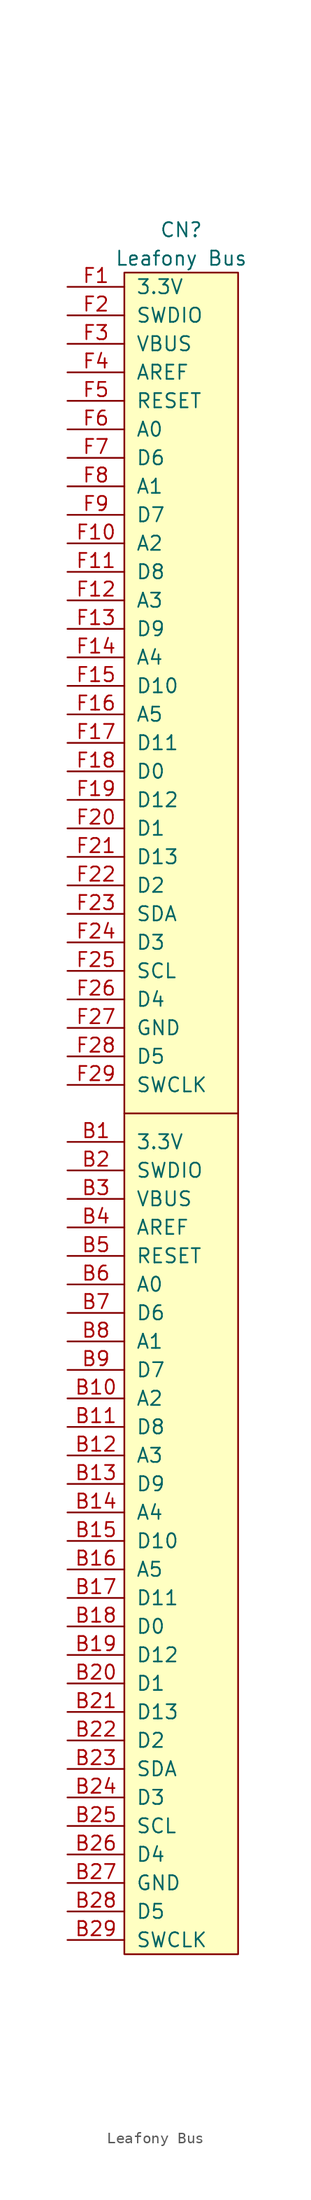
<source format=kicad_sym>
(kicad_symbol_lib
  (version 20220914)
  (generator kicad_symbol_editor)
  (symbol "Leafony Bus"
    (pin_names
      (offset 1.016))
    (property "Reference" "CN"
      (at 10.16 5.08 0)
      (effects (font (size 1.27 1.27))))
    (property "Value" "Leafony Bus"
      (at 10.16 2.54 0)
      (effects (font (size 1.27 1.27))))
    (symbol "Leafony Bus_0_1"
      (polyline (pts (xy 5.08 -73.66) (xy 15.24 -73.66)) (stroke (width 0) (type default)) (fill (type none)))
      (rectangle (start 5.08 1.27) (end 15.24 -148.59) (stroke (width 0) (type default)) (fill (type background))))
    (symbol "Leafony Bus_1_1"
      (pin passive line (at 0 -76.2 0) (length 5.08) (name "3.3V" (effects (font (size 1.27 1.27)))) (number "B1" (effects (font (size 1.27 1.27)))))
      (pin passive line (at 0 -99.06 0) (length 5.08) (name "A2" (effects (font (size 1.27 1.27)))) (number "B10" (effects (font (size 1.27 1.27)))))
      (pin passive line (at 0 -101.6 0) (length 5.08) (name "D8" (effects (font (size 1.27 1.27)))) (number "B11" (effects (font (size 1.27 1.27)))))
      (pin passive line (at 0 -104.14 0) (length 5.08) (name "A3" (effects (font (size 1.27 1.27)))) (number "B12" (effects (font (size 1.27 1.27)))))
      (pin passive line (at 0 -106.68 0) (length 5.08) (name "D9" (effects (font (size 1.27 1.27)))) (number "B13" (effects (font (size 1.27 1.27)))))
      (pin passive line (at 0 -109.22 0) (length 5.08) (name "A4" (effects (font (size 1.27 1.27)))) (number "B14" (effects (font (size 1.27 1.27)))))
      (pin passive line (at 0 -111.76 0) (length 5.08) (name "D10" (effects (font (size 1.27 1.27)))) (number "B15" (effects (font (size 1.27 1.27)))))
      (pin passive line (at 0 -114.3 0) (length 5.08) (name "A5" (effects (font (size 1.27 1.27)))) (number "B16" (effects (font (size 1.27 1.27)))))
      (pin passive line (at 0 -116.84 0) (length 5.08) (name "D11" (effects (font (size 1.27 1.27)))) (number "B17" (effects (font (size 1.27 1.27)))))
      (pin passive line (at 0 -119.38 0) (length 5.08) (name "D0" (effects (font (size 1.27 1.27)))) (number "B18" (effects (font (size 1.27 1.27)))))
      (pin passive line (at 0 -121.92 0) (length 5.08) (name "D12" (effects (font (size 1.27 1.27)))) (number "B19" (effects (font (size 1.27 1.27)))))
      (pin passive line (at 0 -78.74 0) (length 5.08) (name "SWDIO" (effects (font (size 1.27 1.27)))) (number "B2" (effects (font (size 1.27 1.27)))))
      (pin passive line (at 0 -124.46 0) (length 5.08) (name "D1" (effects (font (size 1.27 1.27)))) (number "B20" (effects (font (size 1.27 1.27)))))
      (pin passive line (at 0 -127 0) (length 5.08) (name "D13" (effects (font (size 1.27 1.27)))) (number "B21" (effects (font (size 1.27 1.27)))))
      (pin passive line (at 0 -129.54 0) (length 5.08) (name "D2" (effects (font (size 1.27 1.27)))) (number "B22" (effects (font (size 1.27 1.27)))))
      (pin passive line (at 0 -132.08 0) (length 5.08) (name "SDA" (effects (font (size 1.27 1.27)))) (number "B23" (effects (font (size 1.27 1.27)))))
      (pin passive line (at 0 -134.62 0) (length 5.08) (name "D3" (effects (font (size 1.27 1.27)))) (number "B24" (effects (font (size 1.27 1.27)))))
      (pin passive line (at 0 -137.16 0) (length 5.08) (name "SCL" (effects (font (size 1.27 1.27)))) (number "B25" (effects (font (size 1.27 1.27)))))
      (pin passive line (at 0 -139.7 0) (length 5.08) (name "D4" (effects (font (size 1.27 1.27)))) (number "B26" (effects (font (size 1.27 1.27)))))
      (pin passive line (at 0 -142.24 0) (length 5.08) (name "GND" (effects (font (size 1.27 1.27)))) (number "B27" (effects (font (size 1.27 1.27)))))
      (pin passive line (at 0 -144.78 0) (length 5.08) (name "D5" (effects (font (size 1.27 1.27)))) (number "B28" (effects (font (size 1.27 1.27)))))
      (pin passive line (at 0 -147.32 0) (length 5.08) (name "SWCLK" (effects (font (size 1.27 1.27)))) (number "B29" (effects (font (size 1.27 1.27)))))
      (pin passive line (at 0 -81.28 0) (length 5.08) (name "VBUS" (effects (font (size 1.27 1.27)))) (number "B3" (effects (font (size 1.27 1.27)))))
      (pin passive line (at 0 -83.82 0) (length 5.08) (name "AREF" (effects (font (size 1.27 1.27)))) (number "B4" (effects (font (size 1.27 1.27)))))
      (pin passive line (at 0 -86.36 0) (length 5.08) (name "RESET" (effects (font (size 1.27 1.27)))) (number "B5" (effects (font (size 1.27 1.27)))))
      (pin passive line (at 0 -88.9 0) (length 5.08) (name "A0" (effects (font (size 1.27 1.27)))) (number "B6" (effects (font (size 1.27 1.27)))))
      (pin passive line (at 0 -91.44 0) (length 5.08) (name "D6" (effects (font (size 1.27 1.27)))) (number "B7" (effects (font (size 1.27 1.27)))))
      (pin passive line (at 0 -93.98 0) (length 5.08) (name "A1" (effects (font (size 1.27 1.27)))) (number "B8" (effects (font (size 1.27 1.27)))))
      (pin passive line (at 0 -96.52 0) (length 5.08) (name "D7" (effects (font (size 1.27 1.27)))) (number "B9" (effects (font (size 1.27 1.27)))))
      (pin passive line (at 0 0 0) (length 5.08) (name "3.3V" (effects (font (size 1.27 1.27)))) (number "F1" (effects (font (size 1.27 1.27)))))
      (pin passive line (at 0 -22.86 0) (length 5.08) (name "A2" (effects (font (size 1.27 1.27)))) (number "F10" (effects (font (size 1.27 1.27)))))
      (pin passive line (at 0 -25.4 0) (length 5.08) (name "D8" (effects (font (size 1.27 1.27)))) (number "F11" (effects (font (size 1.27 1.27)))))
      (pin passive line (at 0 -27.94 0) (length 5.08) (name "A3" (effects (font (size 1.27 1.27)))) (number "F12" (effects (font (size 1.27 1.27)))))
      (pin passive line (at 0 -30.48 0) (length 5.08) (name "D9" (effects (font (size 1.27 1.27)))) (number "F13" (effects (font (size 1.27 1.27)))))
      (pin passive line (at 0 -33.02 0) (length 5.08) (name "A4" (effects (font (size 1.27 1.27)))) (number "F14" (effects (font (size 1.27 1.27)))))
      (pin passive line (at 0 -35.56 0) (length 5.08) (name "D10" (effects (font (size 1.27 1.27)))) (number "F15" (effects (font (size 1.27 1.27)))))
      (pin passive line (at 0 -38.1 0) (length 5.08) (name "A5" (effects (font (size 1.27 1.27)))) (number "F16" (effects (font (size 1.27 1.27)))))
      (pin passive line (at 0 -40.64 0) (length 5.08) (name "D11" (effects (font (size 1.27 1.27)))) (number "F17" (effects (font (size 1.27 1.27)))))
      (pin passive line (at 0 -43.18 0) (length 5.08) (name "D0" (effects (font (size 1.27 1.27)))) (number "F18" (effects (font (size 1.27 1.27)))))
      (pin passive line (at 0 -45.72 0) (length 5.08) (name "D12" (effects (font (size 1.27 1.27)))) (number "F19" (effects (font (size 1.27 1.27)))))
      (pin passive line (at 0 -2.54 0) (length 5.08) (name "SWDIO" (effects (font (size 1.27 1.27)))) (number "F2" (effects (font (size 1.27 1.27)))))
      (pin passive line (at 0 -48.26 0) (length 5.08) (name "D1" (effects (font (size 1.27 1.27)))) (number "F20" (effects (font (size 1.27 1.27)))))
      (pin passive line (at 0 -50.8 0) (length 5.08) (name "D13" (effects (font (size 1.27 1.27)))) (number "F21" (effects (font (size 1.27 1.27)))))
      (pin passive line (at 0 -53.34 0) (length 5.08) (name "D2" (effects (font (size 1.27 1.27)))) (number "F22" (effects (font (size 1.27 1.27)))))
      (pin passive line (at 0 -55.88 0) (length 5.08) (name "SDA" (effects (font (size 1.27 1.27)))) (number "F23" (effects (font (size 1.27 1.27)))))
      (pin passive line (at 0 -58.42 0) (length 5.08) (name "D3" (effects (font (size 1.27 1.27)))) (number "F24" (effects (font (size 1.27 1.27)))))
      (pin passive line (at 0 -60.96 0) (length 5.08) (name "SCL" (effects (font (size 1.27 1.27)))) (number "F25" (effects (font (size 1.27 1.27)))))
      (pin passive line (at 0 -63.5 0) (length 5.08) (name "D4" (effects (font (size 1.27 1.27)))) (number "F26" (effects (font (size 1.27 1.27)))))
      (pin passive line (at 0 -66.04 0) (length 5.08) (name "GND" (effects (font (size 1.27 1.27)))) (number "F27" (effects (font (size 1.27 1.27)))))
      (pin passive line (at 0 -68.58 0) (length 5.08) (name "D5" (effects (font (size 1.27 1.27)))) (number "F28" (effects (font (size 1.27 1.27)))))
      (pin passive line (at 0 -71.12 0) (length 5.08) (name "SWCLK" (effects (font (size 1.27 1.27)))) (number "F29" (effects (font (size 1.27 1.27)))))
      (pin passive line (at 0 -5.08 0) (length 5.08) (name "VBUS" (effects (font (size 1.27 1.27)))) (number "F3" (effects (font (size 1.27 1.27)))))
      (pin passive line (at 0 -7.62 0) (length 5.08) (name "AREF" (effects (font (size 1.27 1.27)))) (number "F4" (effects (font (size 1.27 1.27)))))
      (pin passive line (at 0 -10.16 0) (length 5.08) (name "RESET" (effects (font (size 1.27 1.27)))) (number "F5" (effects (font (size 1.27 1.27)))))
      (pin passive line (at 0 -12.7 0) (length 5.08) (name "A0" (effects (font (size 1.27 1.27)))) (number "F6" (effects (font (size 1.27 1.27)))))
      (pin passive line (at 0 -15.24 0) (length 5.08) (name "D6" (effects (font (size 1.27 1.27)))) (number "F7" (effects (font (size 1.27 1.27)))))
      (pin passive line (at 0 -17.78 0) (length 5.08) (name "A1" (effects (font (size 1.27 1.27)))) (number "F8" (effects (font (size 1.27 1.27)))))
      (pin passive line (at 0 -20.32 0) (length 5.08) (name "D7" (effects (font (size 1.27 1.27)))) (number "F9" (effects (font (size 1.27 1.27))))))))
</source>
